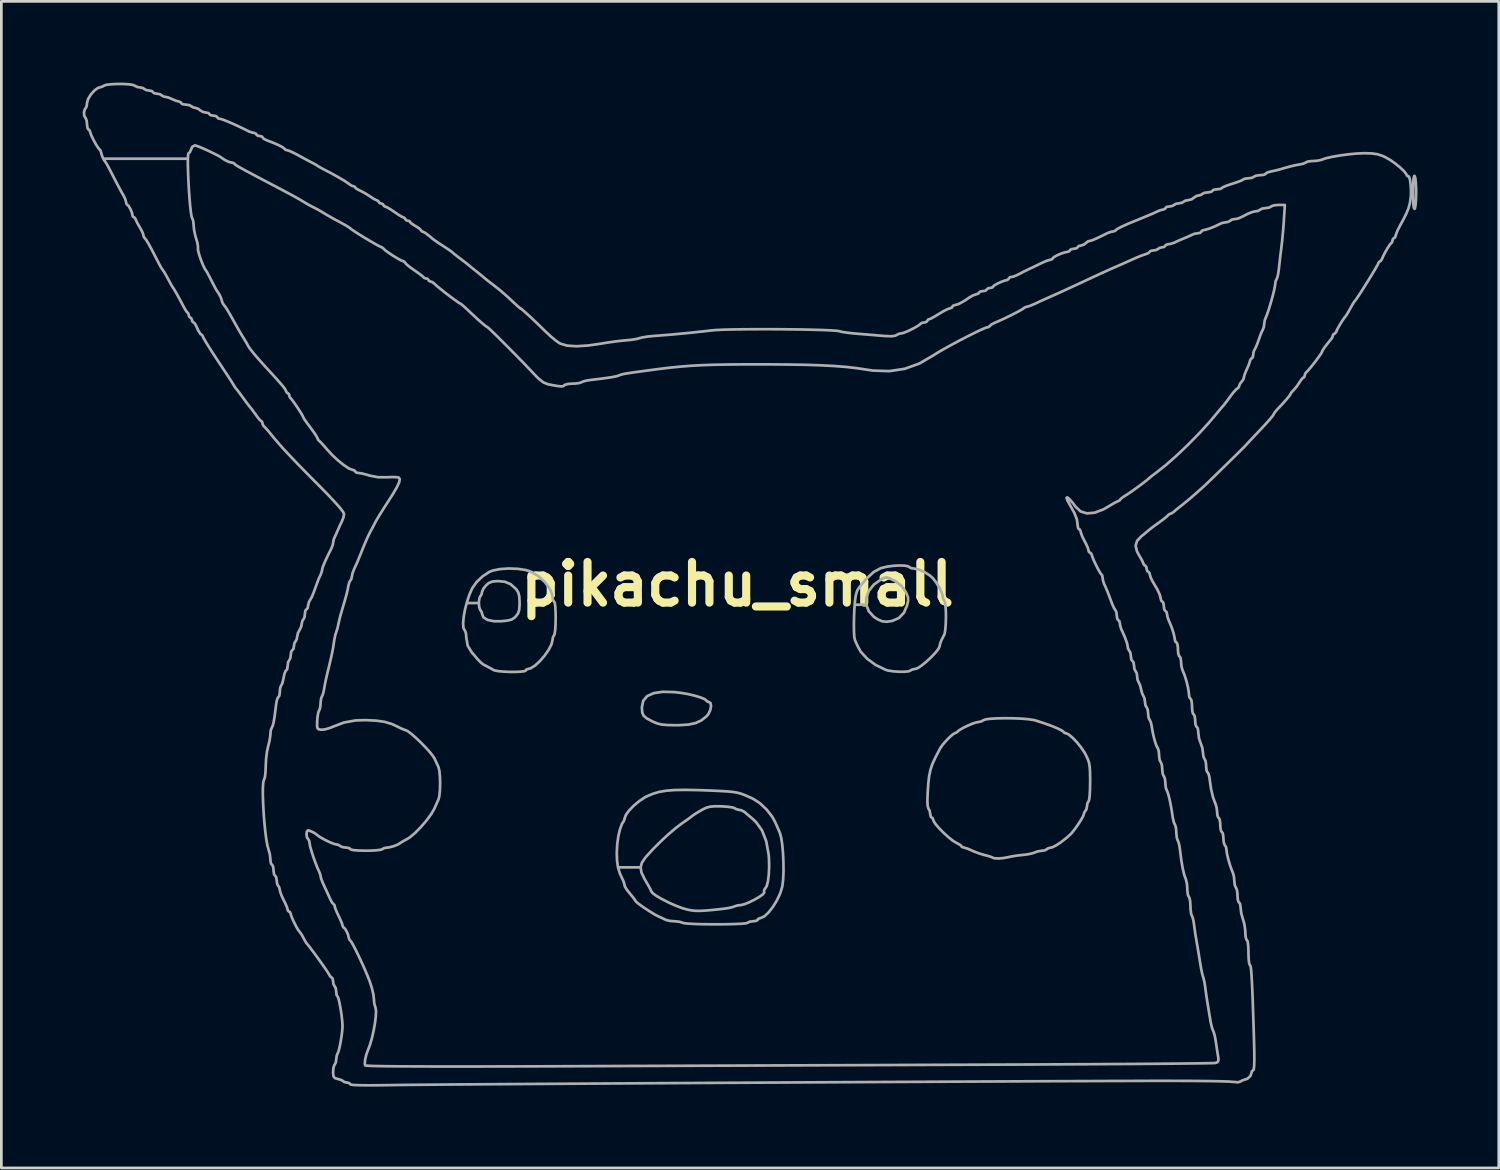
<source format=kicad_pcb>
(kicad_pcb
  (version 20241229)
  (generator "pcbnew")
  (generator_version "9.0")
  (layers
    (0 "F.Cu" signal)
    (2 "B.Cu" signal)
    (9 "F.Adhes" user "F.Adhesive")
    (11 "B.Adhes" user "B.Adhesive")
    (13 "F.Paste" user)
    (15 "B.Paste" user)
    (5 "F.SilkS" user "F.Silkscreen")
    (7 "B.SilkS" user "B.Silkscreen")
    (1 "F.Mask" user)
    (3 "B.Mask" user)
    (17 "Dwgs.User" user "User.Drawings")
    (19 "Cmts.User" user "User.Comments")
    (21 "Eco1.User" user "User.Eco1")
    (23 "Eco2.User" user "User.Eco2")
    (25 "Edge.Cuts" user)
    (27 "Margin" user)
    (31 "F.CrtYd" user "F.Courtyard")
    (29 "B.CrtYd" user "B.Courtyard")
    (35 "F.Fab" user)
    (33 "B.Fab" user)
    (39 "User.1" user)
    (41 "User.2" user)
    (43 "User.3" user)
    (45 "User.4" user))
  (footprint "pikachu_small"
    (layer "F.Cu")
    (at 24.174 18.517)
    (property "Reference" "pikachu_small" (at 0 0 0) (layer "F.SilkS") (effects (font (size 1.5 1.5) (thickness 0.3))))
    (attr board_only exclude_from_pos_files exclude_from_bom)
    (fp_poly (pts (xy 25.02 -15.002) (xy 25.039 -14.842) (xy 25.051 -14.618) (xy 25.053 -14.465) (xy 25.047 -14.214) (xy 25.032 -14.013) (xy 25.01 -13.886) (xy 24.995 -13.857) (xy 24.967 -13.894) (xy 24.948 -14.041) (xy 24.939 -14.292) (xy 24.937 -14.465) (xy 24.942 -14.768) (xy 24.956 -14.971) (xy 24.979 -15.067) (xy 24.995 -15.072)) (stroke (width 0.1) (type solid)) (fill no) (layer "F.Fab"))
    (fp_poly (pts (xy -2.325 3.982) (xy -2.054 4.015) (xy -1.812 4.058) (xy -1.574 4.115) (xy -1.369 4.177) (xy -1.221 4.236) (xy -1.158 4.283) (xy -1.157 4.287) (xy -1.11 4.334) (xy -1.07 4.339) (xy -0.997 4.384) (xy -0.976 4.497) (xy -1.004 4.644) (xy -1.075 4.793) (xy -1.143 4.875) (xy -1.331 5.025) (xy -1.544 5.124) (xy -1.807 5.181) (xy -2.148 5.203) (xy -2.298 5.204) (xy -2.583 5.198) (xy -2.789 5.18) (xy -2.951 5.143) (xy -3.105 5.081) (xy -3.15 5.059) (xy -3.348 4.953) (xy -3.462 4.857) (xy -3.514 4.74) (xy -3.528 4.57) (xy -3.528 4.538) (xy -3.48 4.304) (xy -3.335 4.131) (xy -3.093 4.02) (xy -2.756 3.97)) (stroke (width 0.1) (type solid)) (fill no) (layer "F.Fab"))
    (fp_poly (pts (xy 6.169 -0.687) (xy 6.301 -0.661) (xy 6.336 -0.636) (xy 6.415 -0.592) (xy 6.515 -0.579) (xy 6.7 -0.541) (xy 6.917 -0.442) (xy 7.119 -0.308) (xy 7.212 -0.223) (xy 7.344 -0.053) (xy 7.463 0.144) (xy 7.548 0.33) (xy 7.579 0.461) (xy 7.606 0.571) (xy 7.637 0.608) (xy 7.663 0.678) (xy 7.682 0.836) (xy 7.694 1.057) (xy 7.695 1.19) (xy 7.689 1.443) (xy 7.673 1.661) (xy 7.65 1.813) (xy 7.637 1.852) (xy 7.56 2.005) (xy 7.522 2.082) (xy 7.474 2.216) (xy 7.464 2.286) (xy 7.421 2.382) (xy 7.309 2.525) (xy 7.153 2.69) (xy 6.976 2.855) (xy 6.802 2.997) (xy 6.656 3.095) (xy 6.571 3.124) (xy 6.449 3.146) (xy 6.393 3.182) (xy 6.317 3.215) (xy 6.16 3.23) (xy 5.959 3.23) (xy 5.748 3.215) (xy 5.561 3.186) (xy 5.468 3.159) (xy 5.099 2.978) (xy 4.785 2.749) (xy 4.551 2.491) (xy 4.463 2.339) (xy 4.386 2.174) (xy 4.336 2.065) (xy 4.313 1.954) (xy 4.301 1.755) (xy 4.297 1.498) (xy 4.302 1.211) (xy 4.314 0.923) (xy 4.327 0.756) (xy 4.754 0.756) (xy 4.848 0.998) (xy 5.038 1.206) (xy 5.191 1.304) (xy 5.347 1.369) (xy 5.499 1.385) (xy 5.704 1.356) (xy 5.713 1.354) (xy 5.957 1.249) (xy 6.145 1.051) (xy 6.259 0.788) (xy 6.299 0.611) (xy 6.294 0.482) (xy 6.238 0.34) (xy 6.199 0.263) (xy 6.047 0.051) (xy 5.83 -0.109) (xy 5.781 -0.136) (xy 5.614 -0.219) (xy 5.507 -0.251) (xy 5.418 -0.237) (xy 5.312 -0.185) (xy 5.036 0.011) (xy 4.849 0.245) (xy 4.755 0.5) (xy 4.754 0.756) (xy 4.327 0.756) (xy 4.334 0.662) (xy 4.36 0.456) (xy 4.37 0.408) (xy 4.396 0.301) (xy 4.431 0.213) (xy 4.49 0.119) (xy 4.591 -0.005) (xy 4.749 -0.185) (xy 4.79 -0.231) (xy 5.026 -0.451) (xy 5.273 -0.585) (xy 5.322 -0.602) (xy 5.518 -0.649) (xy 5.745 -0.68) (xy 5.973 -0.693)) (stroke (width 0.1) (type solid)) (fill no) (layer "F.Fab"))
    (fp_poly (pts (xy -8.118 -0.569) (xy -7.826 -0.527) (xy -7.622 -0.463) (xy -7.347 -0.296) (xy -7.112 -0.083) (xy -6.936 0.153) (xy -6.839 0.387) (xy -6.827 0.491) (xy -6.808 0.6) (xy -6.769 0.636) (xy -6.743 0.692) (xy -6.724 0.847) (xy -6.713 1.085) (xy -6.712 1.241) (xy -6.717 1.501) (xy -6.731 1.711) (xy -6.753 1.845) (xy -6.769 1.88) (xy -6.814 1.96) (xy -6.827 2.056) (xy -6.867 2.222) (xy -6.973 2.425) (xy -7.123 2.639) (xy -7.298 2.841) (xy -7.476 3.004) (xy -7.637 3.105) (xy -7.72 3.124) (xy -7.8 3.154) (xy -7.811 3.182) (xy -7.864 3.21) (xy -8.003 3.227) (xy -8.199 3.236) (xy -8.422 3.235) (xy -8.645 3.225) (xy -8.837 3.207) (xy -8.97 3.181) (xy -8.997 3.17) (xy -9.131 3.095) (xy -9.2 3.057) (xy -9.33 2.989) (xy -9.372 2.968) (xy -9.464 2.899) (xy -9.581 2.781) (xy -9.599 2.76) (xy -9.709 2.63) (xy -9.795 2.532) (xy -9.803 2.523) (xy -9.959 2.27) (xy -10.01 1.971) (xy -10.023 1.817) (xy -10.056 1.718) (xy -10.067 1.707) (xy -10.116 1.614) (xy -10.128 1.437) (xy -10.107 1.2) (xy -10.057 0.926) (xy -9.996 0.694) (xy -9.547 0.694) (xy -9.533 0.847) (xy -9.499 0.945) (xy -9.489 0.955) (xy -9.438 1.037) (xy -9.431 1.089) (xy -9.378 1.222) (xy -9.228 1.316) (xy -8.995 1.365) (xy -8.717 1.365) (xy -8.49 1.342) (xy -8.341 1.304) (xy -8.236 1.239) (xy -8.182 1.186) (xy -8.101 1.078) (xy -8.059 0.953) (xy -8.045 0.768) (xy -8.044 0.677) (xy -8.054 0.455) (xy -8.089 0.308) (xy -8.159 0.196) (xy -8.178 0.174) (xy -8.376 -0.003) (xy -8.588 -0.092) (xy -8.844 -0.116) (xy -9.043 -0.101) (xy -9.182 -0.045) (xy -9.278 0.037) (xy -9.38 0.165) (xy -9.43 0.28) (xy -9.431 0.294) (xy -9.459 0.401) (xy -9.489 0.434) (xy -9.526 0.51) (xy -9.546 0.653) (xy -9.547 0.694) (xy -9.996 0.694) (xy -9.982 0.638) (xy -9.887 0.362) (xy -9.79 0.145) (xy -9.628 -0.084) (xy -9.404 -0.296) (xy -9.16 -0.455) (xy -9.034 -0.506) (xy -8.764 -0.56) (xy -8.445 -0.581)) (stroke (width 0.1) (type solid)) (fill no) (layer "F.Fab"))
    (fp_poly (pts (xy 10.179 4.949) (xy 10.472 4.961) (xy 10.731 4.982) (xy 10.931 5.011) (xy 10.993 5.026) (xy 11.286 5.12) (xy 11.557 5.216) (xy 11.785 5.308) (xy 11.95 5.386) (xy 12.03 5.442) (xy 12.035 5.453) (xy 12.081 5.492) (xy 12.116 5.497) (xy 12.221 5.542) (xy 12.365 5.661) (xy 12.528 5.83) (xy 12.686 6.027) (xy 12.819 6.226) (xy 12.861 6.304) (xy 12.93 6.451) (xy 12.975 6.583) (xy 13.001 6.732) (xy 13.014 6.928) (xy 13.018 7.2) (xy 13.018 7.298) (xy 13.013 7.583) (xy 13 7.811) (xy 12.981 7.962) (xy 12.96 8.013) (xy 12.915 8.093) (xy 12.903 8.187) (xy 12.881 8.308) (xy 12.845 8.361) (xy 12.793 8.444) (xy 12.787 8.486) (xy 12.755 8.572) (xy 12.672 8.717) (xy 12.559 8.89) (xy 12.437 9.06) (xy 12.327 9.196) (xy 12.296 9.228) (xy 12.126 9.38) (xy 11.938 9.524) (xy 11.761 9.641) (xy 11.625 9.71) (xy 11.58 9.72) (xy 11.467 9.746) (xy 11.427 9.778) (xy 11.348 9.822) (xy 11.246 9.836) (xy 11.08 9.862) (xy 10.981 9.9) (xy 10.857 9.941) (xy 10.668 9.977) (xy 10.537 9.992) (xy 10.311 10.017) (xy 10.098 10.052) (xy 10.01 10.072) (xy 9.814 10.109) (xy 9.622 10.124) (xy 9.474 10.114) (xy 9.416 10.091) (xy 9.343 10.058) (xy 9.2 10.017) (xy 9.14 10.003) (xy 8.924 9.939) (xy 8.7 9.852) (xy 8.662 9.834) (xy 8.502 9.765) (xy 8.378 9.724) (xy 8.35 9.72) (xy 8.28 9.694) (xy 8.274 9.677) (xy 8.226 9.627) (xy 8.11 9.561) (xy 8.086 9.55) (xy 7.952 9.469) (xy 7.785 9.336) (xy 7.607 9.174) (xy 7.441 9.005) (xy 7.311 8.853) (xy 7.239 8.741) (xy 7.232 8.712) (xy 7.202 8.632) (xy 7.174 8.621) (xy 7.13 8.572) (xy 7.117 8.488) (xy 7.091 8.355) (xy 7.053 8.291) (xy 7.02 8.191) (xy 7.01 7.983) (xy 7.02 7.715) (xy 7.044 7.358) (xy 7.075 7.083) (xy 7.122 6.854) (xy 7.195 6.638) (xy 7.303 6.401) (xy 7.456 6.108) (xy 7.488 6.047) (xy 7.57 5.93) (xy 7.692 5.788) (xy 7.827 5.65) (xy 7.948 5.543) (xy 8.027 5.497) (xy 8.031 5.497) (xy 8.105 5.462) (xy 8.11 5.453) (xy 8.178 5.392) (xy 8.319 5.309) (xy 8.497 5.221) (xy 8.676 5.145) (xy 8.82 5.099) (xy 8.869 5.092) (xy 9.007 5.062) (xy 9.075 5.02) (xy 9.165 4.988) (xy 9.345 4.965) (xy 9.591 4.951) (xy 9.877 4.946)) (stroke (width 0.1) (type solid)) (fill no) (layer "F.Fab"))
    (fp_poly (pts (xy -1.475 7.599) (xy -1.125 7.611) (xy -0.793 7.625) (xy -0.505 7.64) (xy -0.29 7.655) (xy -0.203 7.664) (xy -0.031 7.69) (xy 0.115 7.726) (xy 0.276 7.786) (xy 0.489 7.88) (xy 0.575 7.92) (xy 0.827 8.082) (xy 1.076 8.317) (xy 1.284 8.585) (xy 1.386 8.771) (xy 1.468 8.956) (xy 1.537 9.113) (xy 1.562 9.171) (xy 1.612 9.347) (xy 1.652 9.608) (xy 1.68 9.925) (xy 1.696 10.268) (xy 1.699 10.607) (xy 1.685 10.912) (xy 1.655 11.153) (xy 1.652 11.167) (xy 1.576 11.414) (xy 1.455 11.671) (xy 1.306 11.913) (xy 1.146 12.118) (xy 0.989 12.262) (xy 0.854 12.323) (xy 0.841 12.324) (xy 0.763 12.354) (xy 0.752 12.382) (xy 0.702 12.423) (xy 0.582 12.44) (xy 0.448 12.457) (xy 0.376 12.497) (xy 0.309 12.517) (xy 0.147 12.532) (xy -0.088 12.543) (xy -0.374 12.551) (xy -0.691 12.554) (xy -1.016 12.553) (xy -1.329 12.549) (xy -1.608 12.54) (xy -1.832 12.527) (xy -1.98 12.511) (xy -2.025 12.497) (xy -2.139 12.46) (xy -2.304 12.441) (xy -2.33 12.441) (xy -2.502 12.427) (xy -2.636 12.394) (xy -2.648 12.389) (xy -2.773 12.328) (xy -2.922 12.26) (xy -3.052 12.192) (xy -3.222 12.089) (xy -3.405 11.97) (xy -3.574 11.853) (xy -3.701 11.757) (xy -3.761 11.698) (xy -3.762 11.694) (xy -3.798 11.634) (xy -3.888 11.518) (xy -3.964 11.428) (xy -4.079 11.284) (xy -4.152 11.167) (xy -4.166 11.123) (xy -4.191 11.011) (xy -4.217 10.949) (xy -4.339 10.683) (xy -4.411 10.451) (xy -3.576 10.451) (xy -3.545 10.641) (xy -3.434 10.876) (xy -3.385 10.96) (xy -3.283 11.135) (xy -3.21 11.268) (xy -3.182 11.333) (xy -3.131 11.404) (xy -2.995 11.503) (xy -2.797 11.619) (xy -2.562 11.739) (xy -2.311 11.852) (xy -2.069 11.946) (xy -1.858 12.009) (xy -1.854 12.01) (xy -1.707 12.039) (xy -1.56 12.055) (xy -1.389 12.058) (xy -1.171 12.046) (xy -0.882 12.02) (xy -0.55 11.984) (xy -0.351 11.956) (xy -0.193 11.922) (xy -0.126 11.897) (xy -0.016 11.86) (xy 0.138 11.84) (xy 0.262 11.81) (xy 0.433 11.741) (xy 0.621 11.648) (xy 0.796 11.547) (xy 0.927 11.456) (xy 0.983 11.39) (xy 0.984 11.386) (xy 0.979 11.303) (xy 1.013 11.241) (xy 1.025 11.231) (xy 1.082 11.135) (xy 1.127 10.95) (xy 1.157 10.701) (xy 1.169 10.415) (xy 1.162 10.118) (xy 1.15 9.977) (xy 1.061 9.485) (xy 0.904 9.084) (xy 0.678 8.77) (xy 0.557 8.658) (xy 0.41 8.536) (xy 0.292 8.435) (xy 0.258 8.404) (xy 0.136 8.341) (xy 0.074 8.332) (xy -0.051 8.301) (xy -0.096 8.27) (xy -0.18 8.24) (xy -0.347 8.215) (xy -0.564 8.2) (xy -0.614 8.198) (xy -0.858 8.197) (xy -1.03 8.214) (xy -1.173 8.258) (xy -1.329 8.338) (xy -1.36 8.356) (xy -1.521 8.453) (xy -1.638 8.528) (xy -1.678 8.559) (xy -1.737 8.607) (xy -1.865 8.699) (xy -2.036 8.817) (xy -2.045 8.823) (xy -2.281 9.002) (xy -2.561 9.241) (xy -2.855 9.514) (xy -3.133 9.794) (xy -3.367 10.051) (xy -3.401 10.091) (xy -3.528 10.277) (xy -3.576 10.451) (xy -4.411 10.451) (xy -4.412 10.449) (xy -4.447 10.197) (xy -4.455 9.904) (xy -4.44 9.601) (xy -4.398 9.303) (xy -4.336 9.04) (xy -4.261 8.841) (xy -4.204 8.756) (xy -4.168 8.668) (xy -4.166 8.641) (xy -4.12 8.515) (xy -4 8.351) (xy -3.827 8.173) (xy -3.626 8.004) (xy -3.419 7.867) (xy -3.352 7.832) (xy -3.129 7.737) (xy -2.898 7.668) (xy -2.635 7.622) (xy -2.321 7.597) (xy -1.933 7.591)) (stroke (width 0.1) (type solid)) (fill no) (layer "F.Fab"))
    (fp_poly (pts (xy -22.478 -18.456) (xy -22.323 -18.434) (xy -22.262 -18.408) (xy -22.152 -18.354) (xy -22.065 -18.341) (xy -21.947 -18.318) (xy -21.9 -18.283) (xy -21.82 -18.239) (xy -21.723 -18.226) (xy -21.615 -18.205) (xy -21.581 -18.168) (xy -21.532 -18.124) (xy -21.44 -18.11) (xy -21.318 -18.088) (xy -21.263 -18.052) (xy -21.18 -18.001) (xy -21.13 -17.994) (xy -21.01 -17.968) (xy -20.866 -17.907) (xy -20.725 -17.846) (xy -20.62 -17.821) (xy -20.547 -17.787) (xy -20.54 -17.763) (xy -20.49 -17.722) (xy -20.37 -17.705) (xy -20.236 -17.687) (xy -20.164 -17.647) (xy -20.082 -17.597) (xy -20.023 -17.589) (xy -19.898 -17.547) (xy -19.846 -17.502) (xy -19.733 -17.433) (xy -19.636 -17.415) (xy -19.531 -17.395) (xy -19.498 -17.358) (xy -19.449 -17.314) (xy -19.354 -17.3) (xy -19.245 -17.28) (xy -19.209 -17.242) (xy -19.162 -17.192) (xy -19.112 -17.184) (xy -19.021 -17.16) (xy -18.853 -17.095) (xy -18.634 -17.002) (xy -18.39 -16.89) (xy -18.149 -16.773) (xy -18.038 -16.716) (xy -17.908 -16.671) (xy -17.85 -16.663) (xy -17.773 -16.632) (xy -17.763 -16.605) (xy -17.714 -16.558) (xy -17.647 -16.548) (xy -17.553 -16.526) (xy -17.531 -16.495) (xy -17.483 -16.441) (xy -17.372 -16.387) (xy -17.144 -16.299) (xy -16.943 -16.211) (xy -16.794 -16.133) (xy -16.724 -16.079) (xy -16.721 -16.071) (xy -16.675 -16.031) (xy -16.64 -16.027) (xy -16.55 -16) (xy -16.395 -15.93) (xy -16.22 -15.839) (xy -16.015 -15.726) (xy -15.823 -15.623) (xy -15.709 -15.564) (xy -15.582 -15.497) (xy -15.508 -15.45) (xy -15.506 -15.448) (xy -15.44 -15.406) (xy -15.312 -15.336) (xy -15.275 -15.316) (xy -14.996 -15.171) (xy -14.737 -15.027) (xy -14.524 -14.901) (xy -14.379 -14.806) (xy -14.344 -14.779) (xy -14.24 -14.711) (xy -14.185 -14.696) (xy -14.121 -14.667) (xy -14.118 -14.652) (xy -14.07 -14.603) (xy -13.953 -14.539) (xy -13.929 -14.528) (xy -13.75 -14.436) (xy -13.569 -14.321) (xy -13.557 -14.312) (xy -13.425 -14.224) (xy -13.326 -14.178) (xy -13.311 -14.175) (xy -13.252 -14.134) (xy -13.25 -14.118) (xy -13.203 -14.066) (xy -13.163 -14.06) (xy -13.086 -14.028) (xy -13.076 -14.002) (xy -13.031 -13.947) (xy -13.011 -13.944) (xy -12.932 -13.912) (xy -12.793 -13.83) (xy -12.663 -13.741) (xy -12.504 -13.633) (xy -12.378 -13.56) (xy -12.324 -13.539) (xy -12.268 -13.495) (xy -12.266 -13.481) (xy -12.219 -13.43) (xy -12.179 -13.423) (xy -12.102 -13.399) (xy -12.092 -13.379) (xy -12.046 -13.325) (xy -11.932 -13.248) (xy -11.89 -13.225) (xy -11.762 -13.145) (xy -11.692 -13.079) (xy -11.687 -13.067) (xy -11.643 -13.02) (xy -11.63 -13.018) (xy -11.531 -12.974) (xy -11.359 -12.841) (xy -11.262 -12.757) (xy -11.18 -12.696) (xy -11.034 -12.597) (xy -10.887 -12.501) (xy -10.713 -12.388) (xy -10.575 -12.291) (xy -10.511 -12.24) (xy -10.426 -12.168) (xy -10.288 -12.061) (xy -10.212 -12.004) (xy -10.063 -11.891) (xy -9.949 -11.802) (xy -9.916 -11.774) (xy -9.834 -11.705) (xy -9.701 -11.598) (xy -9.631 -11.543) (xy -9.488 -11.428) (xy -9.378 -11.337) (xy -9.348 -11.311) (xy -9.267 -11.244) (xy -9.132 -11.139) (xy -9.055 -11.081) (xy -8.759 -10.849) (xy -8.47 -10.596) (xy -8.262 -10.4) (xy -8.133 -10.28) (xy -8.041 -10.201) (xy -8.013 -10.183) (xy -7.957 -10.145) (xy -7.834 -10.039) (xy -7.66 -9.881) (xy -7.451 -9.684) (xy -7.223 -9.463) (xy -7.096 -9.339) (xy -6.907 -9.162) (xy -6.722 -9.007) (xy -6.575 -8.902) (xy -6.548 -8.886) (xy -6.296 -8.809) (xy -5.946 -8.785) (xy -5.501 -8.814) (xy -5.063 -8.878) (xy -4.764 -8.926) (xy -4.459 -8.968) (xy -4.196 -8.998) (xy -4.108 -9.005) (xy -3.893 -9.026) (xy -3.712 -9.057) (xy -3.616 -9.084) (xy -3.503 -9.114) (xy -3.314 -9.143) (xy -3.087 -9.166) (xy -3.067 -9.167) (xy -2.467 -9.214) (xy -1.811 -9.276) (xy -1.159 -9.346) (xy -0.955 -9.371) (xy -0.775 -9.385) (xy -0.51 -9.397) (xy -0.175 -9.405) (xy 0.216 -9.411) (xy 0.646 -9.414) (xy 1.1 -9.415) (xy 1.564 -9.413) (xy 2.021 -9.408) (xy 2.456 -9.402) (xy 2.854 -9.393) (xy 3.2 -9.382) (xy 3.478 -9.369) (xy 3.672 -9.355) (xy 3.769 -9.339) (xy 3.773 -9.337) (xy 3.856 -9.315) (xy 4.028 -9.289) (xy 4.26 -9.262) (xy 4.452 -9.245) (xy 4.756 -9.22) (xy 5.063 -9.195) (xy 5.327 -9.172) (xy 5.431 -9.164) (xy 5.668 -9.154) (xy 5.821 -9.173) (xy 5.862 -9.194) (xy 5.97 -9.249) (xy 6.036 -9.257) (xy 6.139 -9.283) (xy 6.297 -9.347) (xy 6.474 -9.433) (xy 6.633 -9.521) (xy 6.739 -9.594) (xy 6.76 -9.619) (xy 6.826 -9.655) (xy 6.89 -9.662) (xy 6.981 -9.688) (xy 7.001 -9.72) (xy 7.045 -9.776) (xy 7.062 -9.778) (xy 7.139 -9.807) (xy 7.28 -9.884) (xy 7.439 -9.981) (xy 7.616 -10.086) (xy 7.763 -10.159) (xy 7.841 -10.183) (xy 7.917 -10.215) (xy 7.927 -10.241) (xy 7.973 -10.293) (xy 8.007 -10.299) (xy 8.153 -10.339) (xy 8.364 -10.453) (xy 8.544 -10.574) (xy 8.686 -10.659) (xy 8.802 -10.702) (xy 8.818 -10.704) (xy 8.898 -10.733) (xy 8.91 -10.762) (xy 8.96 -10.805) (xy 9.055 -10.82) (xy 9.164 -10.839) (xy 9.2 -10.877) (xy 9.248 -10.924) (xy 9.315 -10.935) (xy 9.409 -10.955) (xy 9.431 -10.982) (xy 9.479 -11.031) (xy 9.596 -11.098) (xy 9.742 -11.165) (xy 9.876 -11.213) (xy 9.942 -11.225) (xy 10.006 -11.263) (xy 10.01 -11.282) (xy 10.056 -11.334) (xy 10.097 -11.34) (xy 10.18 -11.354) (xy 10.3 -11.402) (xy 10.485 -11.496) (xy 10.53 -11.521) (xy 10.639 -11.576) (xy 10.794 -11.65) (xy 10.82 -11.662) (xy 11.012 -11.753) (xy 11.217 -11.853) (xy 11.245 -11.866) (xy 11.402 -11.935) (xy 11.524 -11.974) (xy 11.548 -11.977) (xy 11.622 -12.004) (xy 11.63 -12.023) (xy 11.678 -12.075) (xy 11.798 -12.142) (xy 11.95 -12.208) (xy 12.094 -12.254) (xy 12.17 -12.266) (xy 12.253 -12.295) (xy 12.266 -12.324) (xy 12.316 -12.367) (xy 12.411 -12.382) (xy 12.519 -12.402) (xy 12.555 -12.44) (xy 12.603 -12.488) (xy 12.664 -12.497) (xy 12.792 -12.54) (xy 12.845 -12.584) (xy 12.94 -12.658) (xy 12.991 -12.671) (xy 13.072 -12.69) (xy 13.219 -12.75) (xy 13.446 -12.857) (xy 13.668 -12.968) (xy 13.796 -13.011) (xy 13.852 -13.018) (xy 13.939 -13.044) (xy 13.954 -13.062) (xy 14.02 -13.115) (xy 14.175 -13.197) (xy 14.395 -13.297) (xy 14.523 -13.35) (xy 14.696 -13.42) (xy 14.812 -13.467) (xy 14.96 -13.529) (xy 15.145 -13.605) (xy 15.188 -13.623) (xy 15.358 -13.696) (xy 15.494 -13.76) (xy 15.52 -13.773) (xy 15.649 -13.82) (xy 15.708 -13.828) (xy 15.785 -13.859) (xy 15.795 -13.886) (xy 15.845 -13.93) (xy 15.937 -13.944) (xy 16.059 -13.965) (xy 16.114 -14.002) (xy 16.194 -14.047) (xy 16.287 -14.06) (xy 16.408 -14.082) (xy 16.461 -14.118) (xy 16.541 -14.163) (xy 16.631 -14.175) (xy 16.768 -14.211) (xy 16.837 -14.262) (xy 16.949 -14.336) (xy 17.014 -14.349) (xy 17.122 -14.377) (xy 17.155 -14.407) (xy 17.233 -14.449) (xy 17.361 -14.465) (xy 17.481 -14.482) (xy 17.531 -14.523) (xy 17.581 -14.563) (xy 17.703 -14.58) (xy 17.705 -14.58) (xy 17.827 -14.593) (xy 17.878 -14.623) (xy 17.878 -14.624) (xy 17.929 -14.661) (xy 18.063 -14.717) (xy 18.252 -14.78) (xy 18.26 -14.782) (xy 18.454 -14.846) (xy 18.601 -14.903) (xy 18.668 -14.941) (xy 18.668 -14.941) (xy 18.74 -14.973) (xy 18.862 -14.985) (xy 18.994 -15.004) (xy 19.064 -15.043) (xy 19.141 -15.082) (xy 19.282 -15.101) (xy 19.299 -15.101) (xy 19.432 -15.114) (xy 19.497 -15.147) (xy 19.498 -15.153) (xy 19.549 -15.196) (xy 19.672 -15.232) (xy 19.686 -15.235) (xy 19.85 -15.27) (xy 20.064 -15.326) (xy 20.193 -15.365) (xy 20.415 -15.426) (xy 20.631 -15.475) (xy 20.728 -15.491) (xy 20.877 -15.521) (xy 20.97 -15.562) (xy 20.978 -15.57) (xy 21.051 -15.603) (xy 21.193 -15.621) (xy 21.238 -15.622) (xy 21.413 -15.634) (xy 21.551 -15.665) (xy 21.568 -15.673) (xy 21.718 -15.725) (xy 21.954 -15.778) (xy 22.243 -15.828) (xy 22.554 -15.87) (xy 22.858 -15.899) (xy 23.122 -15.911) (xy 23.14 -15.911) (xy 23.415 -15.903) (xy 23.621 -15.875) (xy 23.803 -15.816) (xy 23.914 -15.766) (xy 24.094 -15.663) (xy 24.287 -15.527) (xy 24.468 -15.379) (xy 24.613 -15.239) (xy 24.695 -15.13) (xy 24.706 -15.096) (xy 24.74 -15.061) (xy 24.756 -15.068) (xy 24.794 -15.039) (xy 24.826 -14.923) (xy 24.85 -14.75) (xy 24.862 -14.548) (xy 24.859 -14.346) (xy 24.849 -14.242) (xy 24.817 -14.05) (xy 24.768 -13.874) (xy 24.691 -13.684) (xy 24.572 -13.449) (xy 24.455 -13.233) (xy 24.368 -13.063) (xy 24.312 -12.925) (xy 24.301 -12.872) (xy 24.269 -12.796) (xy 24.243 -12.787) (xy 24.191 -12.74) (xy 24.185 -12.705) (xy 24.159 -12.618) (xy 24.142 -12.604) (xy 24.087 -12.543) (xy 24.003 -12.416) (xy 23.912 -12.259) (xy 23.834 -12.108) (xy 23.798 -12.02) (xy 23.748 -11.935) (xy 23.715 -11.919) (xy 23.665 -11.875) (xy 23.664 -11.863) (xy 23.635 -11.799) (xy 23.557 -11.661) (xy 23.443 -11.47) (xy 23.308 -11.249) (xy 23.166 -11.02) (xy 23.03 -10.806) (xy 22.914 -10.628) (xy 22.831 -10.509) (xy 22.802 -10.472) (xy 22.75 -10.404) (xy 22.695 -10.313) (xy 22.606 -10.153) (xy 22.55 -10.053) (xy 22.485 -9.944) (xy 22.449 -9.894) (xy 22.383 -9.81) (xy 22.293 -9.673) (xy 22.202 -9.52) (xy 22.13 -9.389) (xy 22.102 -9.317) (xy 22.059 -9.259) (xy 22.044 -9.257) (xy 21.988 -9.213) (xy 21.986 -9.197) (xy 21.953 -9.101) (xy 21.929 -9.067) (xy 21.754 -8.849) (xy 21.644 -8.704) (xy 21.591 -8.618) (xy 21.581 -8.587) (xy 21.548 -8.522) (xy 21.461 -8.396) (xy 21.343 -8.237) (xy 21.215 -8.073) (xy 21.098 -7.931) (xy 21.014 -7.839) (xy 20.99 -7.821) (xy 20.949 -7.754) (xy 20.945 -7.719) (xy 20.919 -7.645) (xy 20.899 -7.637) (xy 20.844 -7.592) (xy 20.763 -7.48) (xy 20.744 -7.449) (xy 20.641 -7.296) (xy 20.538 -7.175) (xy 20.53 -7.168) (xy 20.448 -7.082) (xy 20.424 -7.036) (xy 20.387 -6.972) (xy 20.286 -6.847) (xy 20.141 -6.682) (xy 19.969 -6.498) (xy 19.918 -6.445) (xy 19.827 -6.339) (xy 19.788 -6.265) (xy 19.788 -6.264) (xy 19.75 -6.206) (xy 19.647 -6.082) (xy 19.493 -5.91) (xy 19.303 -5.706) (xy 19.267 -5.668) (xy 19.074 -5.464) (xy 18.913 -5.293) (xy 18.799 -5.171) (xy 18.748 -5.114) (xy 18.747 -5.112) (xy 18.708 -5.071) (xy 18.601 -4.965) (xy 18.444 -4.809) (xy 18.251 -4.619) (xy 18.037 -4.41) (xy 17.82 -4.198) (xy 17.615 -3.997) (xy 17.436 -3.824) (xy 17.301 -3.694) (xy 17.225 -3.622) (xy 17.219 -3.616) (xy 17.142 -3.548) (xy 17.011 -3.431) (xy 16.893 -3.327) (xy 16.703 -3.162) (xy 16.504 -2.998) (xy 16.409 -2.922) (xy 16.26 -2.804) (xy 16.142 -2.706) (xy 16.11 -2.676) (xy 16.016 -2.613) (xy 15.978 -2.604) (xy 15.906 -2.563) (xy 15.902 -2.555) (xy 15.848 -2.499) (xy 15.725 -2.399) (xy 15.564 -2.281) (xy 15.392 -2.157) (xy 15.254 -2.054) (xy 15.184 -1.997) (xy 15.103 -1.927) (xy 14.971 -1.819) (xy 14.909 -1.769) (xy 14.752 -1.603) (xy 14.698 -1.425) (xy 14.745 -1.218) (xy 14.841 -1.041) (xy 14.927 -0.893) (xy 14.979 -0.781) (xy 14.985 -0.753) (xy 15.029 -0.696) (xy 15.043 -0.694) (xy 15.09 -0.646) (xy 15.101 -0.579) (xy 15.125 -0.485) (xy 15.159 -0.463) (xy 15.21 -0.415) (xy 15.221 -0.362) (xy 15.254 -0.245) (xy 15.327 -0.098) (xy 15.334 -0.087) (xy 15.497 0.19) (xy 15.591 0.391) (xy 15.622 0.527) (xy 15.622 0.53) (xy 15.648 0.619) (xy 15.68 0.636) (xy 15.72 0.687) (xy 15.738 0.808) (xy 15.738 0.81) (xy 15.754 0.932) (xy 15.795 0.984) (xy 15.795 0.984) (xy 15.843 1.032) (xy 15.853 1.095) (xy 15.879 1.226) (xy 15.934 1.369) (xy 16.02 1.571) (xy 16.093 1.789) (xy 16.136 1.975) (xy 16.143 2.044) (xy 16.171 2.127) (xy 16.2 2.141) (xy 16.235 2.192) (xy 16.256 2.323) (xy 16.258 2.401) (xy 16.27 2.556) (xy 16.299 2.65) (xy 16.316 2.662) (xy 16.354 2.712) (xy 16.374 2.838) (xy 16.374 2.865) (xy 16.389 3.033) (xy 16.425 3.164) (xy 16.428 3.169) (xy 16.499 3.34) (xy 16.571 3.568) (xy 16.629 3.804) (xy 16.661 3.999) (xy 16.663 4.047) (xy 16.68 4.17) (xy 16.72 4.224) (xy 16.721 4.224) (xy 16.754 4.276) (xy 16.775 4.409) (xy 16.779 4.513) (xy 16.789 4.678) (xy 16.816 4.783) (xy 16.837 4.802) (xy 16.873 4.854) (xy 16.893 4.982) (xy 16.895 5.034) (xy 16.908 5.179) (xy 16.94 5.259) (xy 16.953 5.265) (xy 16.99 5.316) (xy 17.01 5.443) (xy 17.011 5.482) (xy 17.035 5.678) (xy 17.094 5.857) (xy 17.098 5.865) (xy 17.161 6.047) (xy 17.184 6.223) (xy 17.2 6.365) (xy 17.238 6.449) (xy 17.242 6.451) (xy 17.279 6.527) (xy 17.299 6.671) (xy 17.3 6.715) (xy 17.312 6.859) (xy 17.341 6.938) (xy 17.352 6.943) (xy 17.388 6.995) (xy 17.421 7.127) (xy 17.433 7.218) (xy 17.482 7.554) (xy 17.549 7.847) (xy 17.626 8.061) (xy 17.637 8.082) (xy 17.684 8.228) (xy 17.705 8.407) (xy 17.705 8.415) (xy 17.719 8.55) (xy 17.754 8.619) (xy 17.763 8.621) (xy 17.797 8.673) (xy 17.818 8.804) (xy 17.821 8.881) (xy 17.832 9.037) (xy 17.861 9.13) (xy 17.878 9.142) (xy 17.915 9.193) (xy 17.935 9.321) (xy 17.936 9.37) (xy 17.95 9.524) (xy 17.983 9.623) (xy 17.994 9.633) (xy 18.038 9.713) (xy 18.052 9.817) (xy 18.071 9.962) (xy 18.121 10.168) (xy 18.188 10.393) (xy 18.261 10.591) (xy 18.292 10.66) (xy 18.326 10.786) (xy 18.341 10.954) (xy 18.341 10.96) (xy 18.357 11.104) (xy 18.394 11.192) (xy 18.399 11.196) (xy 18.434 11.271) (xy 18.455 11.417) (xy 18.457 11.488) (xy 18.469 11.642) (xy 18.498 11.734) (xy 18.515 11.745) (xy 18.553 11.796) (xy 18.572 11.922) (xy 18.573 11.95) (xy 18.597 12.147) (xy 18.654 12.35) (xy 18.659 12.362) (xy 18.713 12.552) (xy 18.744 12.778) (xy 18.746 12.852) (xy 18.757 13.014) (xy 18.784 13.116) (xy 18.804 13.134) (xy 18.833 13.188) (xy 18.853 13.336) (xy 18.862 13.555) (xy 18.862 13.597) (xy 18.868 13.812) (xy 18.885 13.974) (xy 18.909 14.055) (xy 18.917 14.06) (xy 18.933 14.079) (xy 18.948 14.142) (xy 18.962 14.258) (xy 18.976 14.435) (xy 18.99 14.681) (xy 19.005 15.006) (xy 19.021 15.416) (xy 19.038 15.922) (xy 19.058 16.53) (xy 19.068 16.851) (xy 19.078 17.28) (xy 19.079 17.598) (xy 19.071 17.81) (xy 19.054 17.918) (xy 19.039 17.936) (xy 18.985 17.983) (xy 18.978 18.027) (xy 18.932 18.153) (xy 18.825 18.254) (xy 18.733 18.283) (xy 18.623 18.321) (xy 18.589 18.348) (xy 18.477 18.385) (xy 18.274 18.369) (xy 18.165 18.36) (xy 17.954 18.352) (xy 17.652 18.345) (xy 17.274 18.339) (xy 16.83 18.335) (xy 16.336 18.333) (xy 15.802 18.332) (xy 15.333 18.332) (xy 14.585 18.335) (xy 13.765 18.337) (xy 12.879 18.341) (xy 11.934 18.344) (xy 10.936 18.348) (xy 9.891 18.353) (xy 8.806 18.358) (xy 7.688 18.363) (xy 6.541 18.369) (xy 5.374 18.374) (xy 4.192 18.38) (xy 3.001 18.386) (xy 1.809 18.393) (xy 0.621 18.399) (xy -0.556 18.405) (xy -1.715 18.412) (xy -2.851 18.418) (xy -3.957 18.425) (xy -5.027 18.431) (xy -6.054 18.437) (xy -7.031 18.443) (xy -7.953 18.449) (xy -8.813 18.455) (xy -9.604 18.46) (xy -10.321 18.465) (xy -10.957 18.47) (xy -11.505 18.475) (xy -11.959 18.479) (xy -12.312 18.482) (xy -12.559 18.486) (xy -12.628 18.487) (xy -13.183 18.495) (xy -13.624 18.498) (xy -13.952 18.494) (xy -14.17 18.485) (xy -14.278 18.469) (xy -14.291 18.459) (xy -14.339 18.41) (xy -14.403 18.399) (xy -14.512 18.376) (xy -14.547 18.349) (xy -14.621 18.303) (xy -14.753 18.263) (xy -14.866 18.229) (xy -14.916 18.16) (xy -14.928 18.02) (xy -14.928 17.999) (xy -14.914 17.844) (xy -14.881 17.745) (xy -14.87 17.734) (xy -14.827 17.655) (xy -14.812 17.539) (xy -14.795 17.402) (xy -14.763 17.326) (xy -14.727 17.238) (xy -14.684 17.069) (xy -14.643 16.853) (xy -14.607 16.625) (xy -14.585 16.418) (xy -14.58 16.31) (xy -14.589 16.14) (xy -14.613 15.927) (xy -14.646 15.7) (xy -14.685 15.488) (xy -14.722 15.321) (xy -14.755 15.227) (xy -14.767 15.217) (xy -14.799 15.167) (xy -14.812 15.047) (xy -14.83 14.913) (xy -14.87 14.841) (xy -14.914 14.761) (xy -14.928 14.664) (xy -14.945 14.557) (xy -14.976 14.523) (xy -15.035 14.476) (xy -15.084 14.392) (xy -15.137 14.306) (xy -15.24 14.153) (xy -15.377 13.959) (xy -15.529 13.747) (xy -15.678 13.545) (xy -15.805 13.377) (xy -15.893 13.269) (xy -15.911 13.25) (xy -15.955 13.182) (xy -16.021 13.058) (xy -16.027 13.047) (xy -16.098 12.919) (xy -16.153 12.844) (xy -16.155 12.842) (xy -16.215 12.765) (xy -16.299 12.62) (xy -16.385 12.448) (xy -16.456 12.29) (xy -16.489 12.184) (xy -16.49 12.176) (xy -16.522 12.101) (xy -16.548 12.092) (xy -16.6 12.046) (xy -16.605 12.014) (xy -16.631 11.922) (xy -16.697 11.769) (xy -16.75 11.664) (xy -16.833 11.488) (xy -16.885 11.339) (xy -16.895 11.283) (xy -16.922 11.173) (xy -16.953 11.138) (xy -16.994 11.06) (xy -17.01 10.932) (xy -17.028 10.812) (xy -17.068 10.762) (xy -17.107 10.711) (xy -17.126 10.586) (xy -17.126 10.559) (xy -17.141 10.425) (xy -17.176 10.358) (xy -17.184 10.357) (xy -17.223 10.306) (xy -17.242 10.181) (xy -17.242 10.158) (xy -17.263 9.965) (xy -17.31 9.796) (xy -17.353 9.645) (xy -17.394 9.413) (xy -17.432 9.122) (xy -17.465 8.794) (xy -17.491 8.45) (xy -17.51 8.11) (xy -17.52 7.796) (xy -17.52 7.53) (xy -17.508 7.331) (xy -17.483 7.222) (xy -17.477 7.213) (xy -17.447 7.128) (xy -17.425 6.962) (xy -17.415 6.747) (xy -17.415 6.715) (xy -17.402 6.451) (xy -17.37 6.189) (xy -17.328 5.994) (xy -17.277 5.787) (xy -17.246 5.594) (xy -17.242 5.528) (xy -17.227 5.383) (xy -17.19 5.291) (xy -17.157 5.227) (xy -17.124 5.099) (xy -17.089 4.89) (xy -17.049 4.587) (xy -17.032 4.441) (xy -17.003 4.281) (xy -16.966 4.181) (xy -16.947 4.166) (xy -16.912 4.115) (xy -16.895 3.99) (xy -16.895 3.967) (xy -16.881 3.824) (xy -16.848 3.74) (xy -16.844 3.736) (xy -16.805 3.664) (xy -16.767 3.519) (xy -16.753 3.443) (xy -16.719 3.288) (xy -16.678 3.195) (xy -16.66 3.182) (xy -16.621 3.132) (xy -16.605 3.012) (xy -16.588 2.878) (xy -16.548 2.806) (xy -16.506 2.728) (xy -16.49 2.6) (xy -16.473 2.48) (xy -16.432 2.43) (xy -16.388 2.381) (xy -16.374 2.289) (xy -16.353 2.166) (xy -16.316 2.112) (xy -16.27 2.031) (xy -16.258 1.946) (xy -16.223 1.795) (xy -16.173 1.703) (xy -16.104 1.561) (xy -16.087 1.464) (xy -16.061 1.348) (xy -16.027 1.302) (xy -15.985 1.224) (xy -15.969 1.096) (xy -15.952 0.976) (xy -15.911 0.926) (xy -15.865 0.877) (xy -15.853 0.8) (xy -15.819 0.654) (xy -15.778 0.583) (xy -15.713 0.47) (xy -15.645 0.305) (xy -15.63 0.26) (xy -15.463 -0.192) (xy -15.384 -0.361) (xy -15.34 -0.488) (xy -15.333 -0.544) (xy -15.306 -0.644) (xy -15.231 -0.827) (xy -15.115 -1.074) (xy -14.98 -1.344) (xy -14.935 -1.475) (xy -14.928 -1.533) (xy -14.902 -1.66) (xy -14.876 -1.722) (xy -14.818 -1.848) (xy -14.754 -1.996) (xy -14.674 -2.176) (xy -14.602 -2.323) (xy -14.543 -2.476) (xy -14.523 -2.595) (xy -14.565 -2.679) (xy -14.688 -2.837) (xy -14.889 -3.062) (xy -15.162 -3.351) (xy -15.463 -3.657) (xy -15.871 -4.069) (xy -16.208 -4.413) (xy -16.486 -4.703) (xy -16.717 -4.95) (xy -16.912 -5.168) (xy -17.085 -5.37) (xy -17.213 -5.526) (xy -17.339 -5.679) (xy -17.44 -5.791) (xy -17.488 -5.834) (xy -17.528 -5.901) (xy -17.531 -5.935) (xy -17.556 -6.01) (xy -17.575 -6.018) (xy -17.631 -6.062) (xy -17.721 -6.172) (xy -17.763 -6.231) (xy -17.865 -6.375) (xy -17.948 -6.484) (xy -17.966 -6.505) (xy -18.029 -6.582) (xy -18.135 -6.722) (xy -18.254 -6.885) (xy -18.374 -7.05) (xy -18.47 -7.175) (xy -18.519 -7.232) (xy -18.574 -7.309) (xy -18.578 -7.319) (xy -18.617 -7.384) (xy -18.708 -7.529) (xy -18.843 -7.736) (xy -19.009 -7.989) (xy -19.166 -8.225) (xy -19.349 -8.503) (xy -19.507 -8.751) (xy -19.63 -8.95) (xy -19.708 -9.085) (xy -19.73 -9.136) (xy -19.761 -9.197) (xy -19.774 -9.2) (xy -19.833 -9.249) (xy -19.911 -9.376) (xy -19.989 -9.548) (xy -19.994 -9.561) (xy -20.05 -9.646) (xy -20.084 -9.662) (xy -20.129 -9.709) (xy -20.135 -9.749) (xy -20.166 -9.826) (xy -20.193 -9.836) (xy -20.245 -9.882) (xy -20.251 -9.918) (xy -20.276 -10.004) (xy -20.294 -10.019) (xy -20.348 -10.079) (xy -20.421 -10.2) (xy -20.427 -10.212) (xy -20.547 -10.439) (xy -20.661 -10.65) (xy -20.756 -10.818) (xy -20.817 -10.919) (xy -20.829 -10.935) (xy -20.874 -11.002) (xy -20.943 -11.126) (xy -20.949 -11.138) (xy -21.076 -11.373) (xy -21.175 -11.543) (xy -21.235 -11.628) (xy -21.237 -11.63) (xy -21.278 -11.693) (xy -21.353 -11.829) (xy -21.429 -11.977) (xy -21.608 -12.324) (xy -21.742 -12.571) (xy -21.834 -12.721) (xy -21.885 -12.777) (xy -21.925 -12.844) (xy -21.928 -12.88) (xy -21.958 -12.976) (xy -22.032 -13.123) (xy -22.073 -13.192) (xy -22.159 -13.34) (xy -22.211 -13.452) (xy -22.218 -13.48) (xy -22.261 -13.537) (xy -22.276 -13.539) (xy -22.329 -13.585) (xy -22.333 -13.614) (xy -22.357 -13.723) (xy -22.411 -13.854) (xy -22.475 -13.962) (xy -22.522 -14.001) (xy -22.56 -14.05) (xy -22.569 -14.103) (xy -22.601 -14.22) (xy -22.674 -14.367) (xy -22.681 -14.378) (xy -22.755 -14.507) (xy -22.862 -14.706) (xy -22.984 -14.939) (xy -23.037 -15.043) (xy -23.148 -15.259) (xy -23.24 -15.433) (xy -23.27 -15.485) (xy -20.289 -15.485) (xy -20.282 -15.209) (xy -20.269 -14.9) (xy -20.252 -14.579) (xy -20.23 -14.266) (xy -20.206 -13.983) (xy -20.18 -13.749) (xy -20.154 -13.585) (xy -20.13 -13.513) (xy -20.094 -13.422) (xy -20.077 -13.272) (xy -20.077 -13.248) (xy -20.057 -13.062) (xy -20.008 -12.843) (xy -19.985 -12.769) (xy -19.936 -12.597) (xy -19.916 -12.464) (xy -19.919 -12.426) (xy -19.914 -12.332) (xy -19.872 -12.169) (xy -19.807 -11.974) (xy -19.731 -11.784) (xy -19.658 -11.634) (xy -19.614 -11.572) (xy -19.575 -11.509) (xy -19.502 -11.372) (xy -19.412 -11.196) (xy -19.32 -11.016) (xy -19.247 -10.88) (xy -19.209 -10.82) (xy -19.142 -10.723) (xy -19.074 -10.589) (xy -19.037 -10.478) (xy -19.036 -10.463) (xy -19 -10.367) (xy -18.955 -10.303) (xy -18.914 -10.253) (xy -18.866 -10.183) (xy -18.8 -10.075) (xy -18.706 -9.912) (xy -18.573 -9.675) (xy -18.469 -9.489) (xy -18.364 -9.304) (xy -18.264 -9.138) (xy -18.23 -9.084) (xy -18.128 -8.916) (xy -18.057 -8.784) (xy -17.989 -8.684) (xy -17.859 -8.521) (xy -17.685 -8.317) (xy -17.484 -8.092) (xy -17.451 -8.056) (xy -17.177 -7.758) (xy -16.973 -7.532) (xy -16.829 -7.368) (xy -16.736 -7.254) (xy -16.685 -7.178) (xy -16.665 -7.129) (xy -16.663 -7.116) (xy -16.619 -7.06) (xy -16.605 -7.059) (xy -16.553 -7.012) (xy -16.548 -6.977) (xy -16.522 -6.89) (xy -16.504 -6.876) (xy -16.454 -6.821) (xy -16.364 -6.699) (xy -16.255 -6.541) (xy -16.149 -6.378) (xy -16.066 -6.242) (xy -16.028 -6.163) (xy -16.027 -6.158) (xy -15.994 -6.099) (xy -15.907 -5.974) (xy -15.785 -5.81) (xy -15.767 -5.786) (xy -15.64 -5.614) (xy -15.547 -5.474) (xy -15.507 -5.394) (xy -15.506 -5.39) (xy -15.47 -5.318) (xy -15.463 -5.313) (xy -15.407 -5.263) (xy -15.298 -5.146) (xy -15.16 -4.988) (xy -15.138 -4.962) (xy -14.949 -4.759) (xy -14.74 -4.565) (xy -14.534 -4.4) (xy -14.353 -4.28) (xy -14.222 -4.225) (xy -14.204 -4.224) (xy -14.127 -4.192) (xy -14.118 -4.166) (xy -14.068 -4.12) (xy -13.987 -4.107) (xy -13.854 -4.088) (xy -13.672 -4.04) (xy -13.597 -4.015) (xy -13.269 -3.95) (xy -12.949 -3.949) (xy -12.743 -3.957) (xy -12.58 -3.951) (xy -12.499 -3.935) (xy -12.466 -3.877) (xy -12.488 -3.766) (xy -12.567 -3.593) (xy -12.708 -3.348) (xy -12.916 -3.022) (xy -12.925 -3.009) (xy -13.082 -2.765) (xy -13.225 -2.536) (xy -13.335 -2.351) (xy -13.386 -2.256) (xy -13.465 -2.101) (xy -13.531 -1.98) (xy -13.539 -1.967) (xy -13.592 -1.865) (xy -13.673 -1.691) (xy -13.764 -1.481) (xy -13.85 -1.272) (xy -13.884 -1.186) (xy -14.036 -0.812) (xy -14.152 -0.559) (xy -14.211 -0.408) (xy -14.233 -0.288) (xy -14.258 -0.181) (xy -14.285 -0.149) (xy -14.329 -0.074) (xy -14.365 0.062) (xy -14.366 0.072) (xy -14.387 0.186) (xy -14.416 0.314) (xy -14.46 0.479) (xy -14.526 0.707) (xy -14.608 0.984) (xy -14.668 1.195) (xy -14.715 1.389) (xy -14.733 1.475) (xy -14.771 1.643) (xy -14.813 1.765) (xy -14.853 1.898) (xy -14.887 2.077) (xy -14.892 2.112) (xy -14.929 2.356) (xy -14.989 2.653) (xy -15.076 3.026) (xy -15.129 3.24) (xy -15.185 3.477) (xy -15.232 3.707) (xy -15.256 3.848) (xy -15.288 4.008) (xy -15.328 4.119) (xy -15.338 4.134) (xy -15.373 4.225) (xy -15.39 4.375) (xy -15.39 4.397) (xy -15.404 4.551) (xy -15.438 4.653) (xy -15.444 4.661) (xy -15.477 4.745) (xy -15.503 4.905) (xy -15.514 5.034) (xy -15.52 5.216) (xy -15.506 5.313) (xy -15.458 5.355) (xy -15.369 5.371) (xy -15.222 5.357) (xy -15.032 5.301) (xy -14.938 5.261) (xy -14.529 5.105) (xy -14.101 5.028) (xy -13.741 5.016) (xy -13.344 5.034) (xy -13.029 5.079) (xy -12.767 5.156) (xy -12.578 5.243) (xy -12.418 5.322) (xy -12.299 5.372) (xy -12.264 5.381) (xy -12.174 5.422) (xy -12.03 5.53) (xy -11.852 5.687) (xy -11.66 5.871) (xy -11.475 6.063) (xy -11.318 6.243) (xy -11.209 6.391) (xy -11.181 6.44) (xy -11.101 6.613) (xy -11.04 6.742) (xy -11.005 6.883) (xy -10.984 7.099) (xy -10.977 7.352) (xy -10.984 7.604) (xy -11.005 7.816) (xy -11.038 7.945) (xy -11.1 8.081) (xy -11.178 8.256) (xy -11.194 8.292) (xy -11.306 8.487) (xy -11.477 8.718) (xy -11.68 8.955) (xy -11.891 9.171) (xy -12.083 9.335) (xy -12.186 9.401) (xy -12.33 9.479) (xy -12.425 9.536) (xy -12.44 9.547) (xy -12.543 9.612) (xy -12.704 9.674) (xy -12.867 9.714) (xy -12.931 9.72) (xy -13.052 9.742) (xy -13.105 9.778) (xy -13.175 9.803) (xy -13.336 9.822) (xy -13.56 9.834) (xy -13.716 9.836) (xy -13.984 9.83) (xy -14.177 9.815) (xy -14.279 9.791) (xy -14.291 9.778) (xy -14.341 9.737) (xy -14.461 9.72) (xy -14.595 9.702) (xy -14.667 9.662) (xy -14.749 9.614) (xy -14.813 9.605) (xy -14.915 9.578) (xy -15.075 9.511) (xy -15.254 9.423) (xy -15.41 9.335) (xy -15.503 9.267) (xy -15.506 9.263) (xy -15.591 9.199) (xy -15.719 9.13) (xy -15.83 9.087) (xy -15.853 9.084) (xy -15.897 9.131) (xy -15.91 9.236) (xy -15.892 9.346) (xy -15.853 9.402) (xy -15.807 9.483) (xy -15.795 9.563) (xy -15.776 9.675) (xy -15.724 9.858) (xy -15.652 10.08) (xy -15.571 10.305) (xy -15.494 10.498) (xy -15.445 10.602) (xy -15.398 10.725) (xy -15.39 10.779) (xy -15.367 10.872) (xy -15.307 11.027) (xy -15.255 11.141) (xy -15.16 11.345) (xy -15.072 11.539) (xy -15.038 11.615) (xy -14.973 11.74) (xy -14.92 11.802) (xy -14.913 11.803) (xy -14.873 11.85) (xy -14.87 11.88) (xy -14.845 11.972) (xy -14.781 12.126) (xy -14.725 12.242) (xy -14.645 12.413) (xy -14.592 12.548) (xy -14.581 12.599) (xy -14.553 12.666) (xy -14.537 12.672) (xy -14.485 12.719) (xy -14.421 12.831) (xy -14.368 12.961) (xy -14.349 13.054) (xy -14.316 13.134) (xy -14.301 13.144) (xy -14.253 13.204) (xy -14.171 13.349) (xy -14.065 13.557) (xy -13.945 13.806) (xy -13.821 14.074) (xy -13.705 14.339) (xy -13.607 14.579) (xy -13.573 14.668) (xy -13.498 14.903) (xy -13.444 15.127) (xy -13.423 15.293) (xy -13.423 15.294) (xy -13.408 15.471) (xy -13.369 15.613) (xy -13.363 15.626) (xy -13.343 15.744) (xy -13.351 15.945) (xy -13.382 16.2) (xy -13.432 16.48) (xy -13.495 16.758) (xy -13.568 17.005) (xy -13.624 17.153) (xy -13.7 17.357) (xy -13.747 17.554) (xy -13.756 17.707) (xy -13.742 17.762) (xy -13.686 17.772) (xy -13.531 17.78) (xy -13.276 17.787) (xy -12.917 17.793) (xy -12.455 17.797) (xy -11.888 17.8) (xy -11.214 17.802) (xy -10.431 17.803) (xy -9.538 17.802) (xy -8.534 17.8) (xy -7.418 17.797) (xy -6.346 17.793) (xy -5.313 17.789) (xy -4.182 17.784) (xy -2.969 17.78) (xy -1.692 17.775) (xy -0.368 17.77) (xy 0.987 17.765) (xy 2.355 17.76) (xy 3.719 17.755) (xy 5.061 17.75) (xy 6.365 17.745) (xy 7.614 17.74) (xy 8.791 17.736) (xy 9.257 17.734) (xy 10.227 17.731) (xy 11.166 17.727) (xy 12.068 17.722) (xy 12.926 17.718) (xy 13.734 17.713) (xy 14.485 17.709) (xy 15.172 17.704) (xy 15.789 17.699) (xy 16.328 17.694) (xy 16.784 17.689) (xy 17.15 17.685) (xy 17.42 17.68) (xy 17.585 17.676) (xy 17.64 17.673) (xy 17.724 17.642) (xy 17.755 17.58) (xy 17.745 17.45) (xy 17.736 17.398) (xy 17.702 17.185) (xy 17.666 16.942) (xy 17.655 16.866) (xy 17.621 16.68) (xy 17.58 16.534) (xy 17.561 16.49) (xy 17.52 16.384) (xy 17.477 16.213) (xy 17.459 16.114) (xy 17.397 15.742) (xy 17.351 15.462) (xy 17.318 15.253) (xy 17.294 15.094) (xy 17.277 14.964) (xy 17.266 14.87) (xy 17.236 14.682) (xy 17.199 14.528) (xy 17.187 14.494) (xy 17.155 14.381) (xy 17.116 14.193) (xy 17.077 13.967) (xy 17.073 13.944) (xy 17.031 13.675) (xy 16.985 13.399) (xy 16.948 13.192) (xy 16.906 12.944) (xy 16.869 12.684) (xy 16.857 12.584) (xy 16.829 12.406) (xy 16.793 12.275) (xy 16.774 12.24) (xy 16.744 12.154) (xy 16.725 11.996) (xy 16.721 11.882) (xy 16.711 11.704) (xy 16.685 11.578) (xy 16.663 11.543) (xy 16.628 11.468) (xy 16.608 11.321) (xy 16.605 11.246) (xy 16.591 11.058) (xy 16.556 10.901) (xy 16.542 10.866) (xy 16.49 10.721) (xy 16.435 10.486) (xy 16.384 10.188) (xy 16.34 9.853) (xy 16.336 9.807) (xy 16.308 9.629) (xy 16.272 9.498) (xy 16.253 9.463) (xy 16.22 9.374) (xy 16.202 9.22) (xy 16.2 9.171) (xy 16.189 9.008) (xy 16.159 8.895) (xy 16.149 8.878) (xy 16.108 8.789) (xy 16.073 8.637) (xy 16.066 8.592) (xy 16.024 8.317) (xy 15.974 8.053) (xy 15.923 7.829) (xy 15.876 7.671) (xy 15.847 7.611) (xy 15.813 7.521) (xy 15.796 7.37) (xy 15.795 7.34) (xy 15.781 7.19) (xy 15.746 7.096) (xy 15.738 7.088) (xy 15.7 7.012) (xy 15.681 6.868) (xy 15.68 6.827) (xy 15.666 6.674) (xy 15.632 6.577) (xy 15.622 6.567) (xy 15.584 6.491) (xy 15.565 6.348) (xy 15.564 6.315) (xy 15.55 6.158) (xy 15.517 6.053) (xy 15.509 6.043) (xy 15.459 5.947) (xy 15.401 5.771) (xy 15.345 5.547) (xy 15.3 5.31) (xy 15.292 5.25) (xy 15.26 5.101) (xy 15.219 5.009) (xy 15.211 5.001) (xy 15.176 4.927) (xy 15.159 4.789) (xy 15.159 4.773) (xy 15.143 4.63) (xy 15.105 4.545) (xy 15.101 4.542) (xy 15.058 4.463) (xy 15.043 4.348) (xy 15.025 4.21) (xy 14.989 4.134) (xy 14.942 4.043) (xy 14.902 3.895) (xy 14.899 3.877) (xy 14.86 3.725) (xy 14.814 3.625) (xy 14.809 3.619) (xy 14.768 3.524) (xy 14.754 3.406) (xy 14.735 3.276) (xy 14.696 3.211) (xy 14.654 3.133) (xy 14.638 3.005) (xy 14.621 2.885) (xy 14.58 2.835) (xy 14.539 2.785) (xy 14.523 2.665) (xy 14.505 2.531) (xy 14.465 2.459) (xy 14.416 2.377) (xy 14.407 2.313) (xy 14.38 2.178) (xy 14.309 1.975) (xy 14.205 1.739) (xy 14.168 1.664) (xy 14.124 1.518) (xy 14.118 1.447) (xy 14.093 1.353) (xy 14.06 1.331) (xy 14.019 1.281) (xy 14.002 1.161) (xy 13.987 1.029) (xy 13.953 0.96) (xy 13.906 0.892) (xy 13.841 0.751) (xy 13.803 0.653) (xy 13.678 0.318) (xy 13.574 0.073) (xy 13.532 -0.014) (xy 13.487 -0.16) (xy 13.481 -0.226) (xy 13.462 -0.328) (xy 13.438 -0.357) (xy 13.391 -0.417) (xy 13.316 -0.548) (xy 13.23 -0.717) (xy 13.15 -0.889) (xy 13.094 -1.029) (xy 13.076 -1.096) (xy 13.034 -1.155) (xy 13.018 -1.157) (xy 12.967 -1.204) (xy 12.96 -1.242) (xy 12.934 -1.339) (xy 12.865 -1.492) (xy 12.816 -1.586) (xy 12.732 -1.753) (xy 12.68 -1.889) (xy 12.671 -1.935) (xy 12.641 -2.014) (xy 12.613 -2.025) (xy 12.572 -2.075) (xy 12.555 -2.196) (xy 12.528 -2.396) (xy 12.438 -2.627) (xy 12.283 -2.906) (xy 12.181 -3.09) (xy 12.147 -3.19) (xy 12.174 -3.207) (xy 12.253 -3.144) (xy 12.376 -3.002) (xy 12.482 -2.859) (xy 12.667 -2.687) (xy 12.904 -2.615) (xy 13.19 -2.642) (xy 13.518 -2.768) (xy 13.778 -2.92) (xy 13.924 -3.008) (xy 14.033 -3.06) (xy 14.058 -3.067) (xy 14.116 -3.101) (xy 14.118 -3.112) (xy 14.163 -3.167) (xy 14.275 -3.246) (xy 14.306 -3.264) (xy 14.423 -3.339) (xy 14.592 -3.456) (xy 14.785 -3.595) (xy 14.972 -3.734) (xy 15.124 -3.852) (xy 15.212 -3.928) (xy 15.217 -3.932) (xy 15.277 -3.983) (xy 15.398 -4.075) (xy 15.477 -4.134) (xy 15.822 -4.407) (xy 16.21 -4.749) (xy 16.617 -5.136) (xy 17.018 -5.543) (xy 17.387 -5.945) (xy 17.596 -6.191) (xy 17.741 -6.366) (xy 17.858 -6.506) (xy 17.928 -6.586) (xy 17.937 -6.596) (xy 17.985 -6.655) (xy 18.08 -6.779) (xy 18.189 -6.929) (xy 18.31 -7.085) (xy 18.409 -7.194) (xy 18.462 -7.232) (xy 18.51 -7.279) (xy 18.515 -7.312) (xy 18.556 -7.413) (xy 18.602 -7.464) (xy 18.675 -7.564) (xy 18.688 -7.618) (xy 18.712 -7.718) (xy 18.773 -7.872) (xy 18.804 -7.94) (xy 18.874 -8.101) (xy 18.915 -8.226) (xy 18.92 -8.256) (xy 18.955 -8.325) (xy 18.978 -8.332) (xy 19.022 -8.381) (xy 19.036 -8.465) (xy 19.056 -8.594) (xy 19.085 -8.653) (xy 19.13 -8.735) (xy 19.193 -8.889) (xy 19.242 -9.026) (xy 19.307 -9.209) (xy 19.366 -9.347) (xy 19.394 -9.399) (xy 19.431 -9.497) (xy 19.441 -9.588) (xy 19.463 -9.742) (xy 19.493 -9.822) (xy 19.547 -9.952) (xy 19.615 -10.154) (xy 19.688 -10.394) (xy 19.757 -10.64) (xy 19.811 -10.859) (xy 19.842 -11.015) (xy 19.846 -11.057) (xy 19.865 -11.19) (xy 19.898 -11.256) (xy 19.933 -11.341) (xy 19.967 -11.501) (xy 19.984 -11.63) (xy 20.008 -11.85) (xy 20.04 -12.127) (xy 20.074 -12.401) (xy 20.075 -12.411) (xy 20.107 -12.691) (xy 20.139 -13.026) (xy 20.165 -13.354) (xy 20.17 -13.438) (xy 20.206 -14.002) (xy 19.971 -14.002) (xy 19.815 -13.989) (xy 19.714 -13.956) (xy 19.701 -13.944) (xy 19.623 -13.902) (xy 19.498 -13.886) (xy 19.366 -13.868) (xy 19.296 -13.828) (xy 19.215 -13.78) (xy 19.142 -13.77) (xy 19.011 -13.744) (xy 18.852 -13.68) (xy 18.842 -13.675) (xy 18.644 -13.574) (xy 18.518 -13.515) (xy 18.434 -13.488) (xy 18.361 -13.481) (xy 18.345 -13.481) (xy 18.234 -13.455) (xy 18.197 -13.423) (xy 18.115 -13.375) (xy 18.048 -13.365) (xy 17.897 -13.338) (xy 17.834 -13.312) (xy 17.628 -13.213) (xy 17.428 -13.132) (xy 17.271 -13.084) (xy 17.219 -13.076) (xy 17.138 -13.047) (xy 17.126 -13.018) (xy 17.078 -12.971) (xy 17.01 -12.96) (xy 16.858 -12.934) (xy 16.793 -12.907) (xy 16.676 -12.852) (xy 16.51 -12.78) (xy 16.461 -12.76) (xy 16.291 -12.687) (xy 16.154 -12.624) (xy 16.129 -12.61) (xy 15.983 -12.563) (xy 15.912 -12.555) (xy 15.818 -12.531) (xy 15.795 -12.497) (xy 15.747 -12.45) (xy 15.683 -12.44) (xy 15.572 -12.413) (xy 15.535 -12.382) (xy 15.455 -12.337) (xy 15.358 -12.324) (xy 15.251 -12.306) (xy 15.217 -12.272) (xy 15.168 -12.223) (xy 15.06 -12.181) (xy 14.928 -12.137) (xy 14.734 -12.059) (xy 14.525 -11.967) (xy 14.319 -11.873) (xy 14.142 -11.794) (xy 14.032 -11.746) (xy 14.031 -11.746) (xy 13.877 -11.68) (xy 13.622 -11.566) (xy 13.269 -11.404) (xy 12.822 -11.196) (xy 12.758 -11.166) (xy 12.265 -10.937) (xy 11.856 -10.75) (xy 11.509 -10.595) (xy 11.427 -10.559) (xy 11.213 -10.463) (xy 10.994 -10.361) (xy 10.968 -10.349) (xy 10.811 -10.282) (xy 10.693 -10.244) (xy 10.669 -10.241) (xy 10.588 -10.211) (xy 10.579 -10.198) (xy 10.521 -10.155) (xy 10.383 -10.077) (xy 10.191 -9.977) (xy 9.97 -9.867) (xy 9.746 -9.761) (xy 9.543 -9.67) (xy 9.503 -9.654) (xy 9.378 -9.591) (xy 9.317 -9.538) (xy 9.315 -9.533) (xy 9.269 -9.493) (xy 9.234 -9.489) (xy 9.147 -9.462) (xy 8.98 -9.389) (xy 8.753 -9.28) (xy 8.485 -9.146) (xy 8.197 -8.997) (xy 7.91 -8.843) (xy 7.643 -8.696) (xy 7.416 -8.565) (xy 7.25 -8.461) (xy 7.232 -8.449) (xy 6.712 -8.146) (xy 6.174 -7.953) (xy 5.608 -7.867) (xy 5.002 -7.887) (xy 4.744 -7.925) (xy 4.4 -7.977) (xy 4.017 -8.021) (xy 3.583 -8.055) (xy 3.087 -8.081) (xy 2.516 -8.1) (xy 1.858 -8.111) (xy 1.101 -8.117) (xy 0.81 -8.117) (xy 0.147 -8.116) (xy -0.419 -8.11) (xy -0.908 -8.101) (xy -1.34 -8.085) (xy -1.732 -8.064) (xy -2.105 -8.034) (xy -2.478 -7.997) (xy -2.87 -7.95) (xy -3.038 -7.928) (xy -3.454 -7.872) (xy -3.77 -7.829) (xy -4.001 -7.795) (xy -4.161 -7.769) (xy -4.264 -7.747) (xy -4.326 -7.728) (xy -4.354 -7.715) (xy -4.463 -7.678) (xy -4.682 -7.637) (xy -5.003 -7.591) (xy -5.41 -7.543) (xy -5.588 -7.514) (xy -5.719 -7.478) (xy -5.754 -7.458) (xy -5.841 -7.427) (xy -5.998 -7.408) (xy -6.083 -7.406) (xy -6.253 -7.394) (xy -6.371 -7.362) (xy -6.397 -7.343) (xy -6.433 -7.312) (xy -6.507 -7.303) (xy -6.64 -7.317) (xy -6.853 -7.354) (xy -6.999 -7.383) (xy -7.167 -7.452) (xy -7.357 -7.603) (xy -7.491 -7.74) (xy -7.65 -7.91) (xy -7.85 -8.119) (xy -8.077 -8.352) (xy -8.316 -8.596) (xy -8.554 -8.836) (xy -8.776 -9.058) (xy -8.968 -9.247) (xy -9.117 -9.391) (xy -9.208 -9.474) (xy -9.23 -9.489) (xy -9.293 -9.528) (xy -9.425 -9.637) (xy -9.614 -9.804) (xy -9.846 -10.019) (xy -9.942 -10.111) (xy -10.081 -10.24) (xy -10.184 -10.329) (xy -10.225 -10.357) (xy -10.286 -10.39) (xy -10.412 -10.478) (xy -10.579 -10.601) (xy -10.763 -10.741) (xy -10.939 -10.88) (xy -11.083 -10.998) (xy -11.171 -11.077) (xy -11.184 -11.093) (xy -11.276 -11.16) (xy -11.314 -11.167) (xy -11.389 -11.199) (xy -11.398 -11.225) (xy -11.445 -11.277) (xy -11.48 -11.282) (xy -11.567 -11.308) (xy -11.581 -11.326) (xy -11.636 -11.378) (xy -11.761 -11.473) (xy -11.929 -11.59) (xy -11.933 -11.593) (xy -12.099 -11.712) (xy -12.218 -11.81) (xy -12.266 -11.867) (xy -12.266 -11.868) (xy -12.311 -11.917) (xy -12.327 -11.919) (xy -12.407 -11.949) (xy -12.547 -12.026) (xy -12.715 -12.128) (xy -12.879 -12.237) (xy -13.007 -12.33) (xy -13.066 -12.389) (xy -13.066 -12.389) (xy -13.128 -12.439) (xy -13.135 -12.44) (xy -13.203 -12.468) (xy -13.343 -12.544) (xy -13.53 -12.652) (xy -13.739 -12.776) (xy -13.945 -12.902) (xy -14.122 -13.015) (xy -14.247 -13.099) (xy -14.291 -13.136) (xy -14.353 -13.181) (xy -14.49 -13.264) (xy -14.676 -13.367) (xy -14.718 -13.389) (xy -14.933 -13.505) (xy -15.126 -13.614) (xy -15.26 -13.695) (xy -15.268 -13.7) (xy -15.42 -13.791) (xy -15.606 -13.891) (xy -15.651 -13.913) (xy -15.833 -14.008) (xy -15.996 -14.104) (xy -16.028 -14.124) (xy -16.138 -14.19) (xy -16.322 -14.295) (xy -16.554 -14.421) (xy -16.751 -14.526) (xy -17.226 -14.776) (xy -17.609 -14.977) (xy -17.909 -15.136) (xy -18.138 -15.258) (xy -18.304 -15.349) (xy -18.419 -15.413) (xy -18.492 -15.457) (xy -18.534 -15.486) (xy -18.554 -15.506) (xy -18.563 -15.521) (xy -18.63 -15.56) (xy -18.665 -15.564) (xy -18.776 -15.592) (xy -18.919 -15.658) (xy -19.029 -15.732) (xy -19.036 -15.738) (xy -19.117 -15.792) (xy -19.272 -15.874) (xy -19.468 -15.969) (xy -19.674 -16.064) (xy -19.859 -16.143) (xy -19.992 -16.192) (xy -20.032 -16.201) (xy -20.124 -16.149) (xy -20.169 -16.056) (xy -20.215 -15.947) (xy -20.262 -15.911) (xy -20.28 -15.857) (xy -20.289 -15.708) (xy -20.289 -15.485) (xy -23.27 -15.485) (xy -23.301 -15.541) (xy -23.316 -15.564) (xy -23.389 -15.668) (xy -23.457 -15.81) (xy -23.49 -15.927) (xy -23.491 -15.934) (xy -23.518 -16.021) (xy -23.537 -16.037) (xy -23.594 -16.099) (xy -23.678 -16.23) (xy -23.768 -16.394) (xy -23.846 -16.553) (xy -23.891 -16.672) (xy -23.896 -16.7) (xy -23.929 -16.772) (xy -23.954 -16.779) (xy -23.992 -16.83) (xy -24.011 -16.954) (xy -24.011 -16.978) (xy -24.027 -17.122) (xy -24.064 -17.209) (xy -24.069 -17.213) (xy -24.116 -17.298) (xy -24.124 -17.427) (xy -24.092 -17.537) (xy -24.069 -17.56) (xy -24.028 -17.638) (xy -24.011 -17.772) (xy -23.972 -17.914) (xy -23.872 -18.076) (xy -23.742 -18.223) (xy -23.61 -18.321) (xy -23.537 -18.341) (xy -23.424 -18.379) (xy -23.396 -18.401) (xy -23.307 -18.434) (xy -23.136 -18.455) (xy -22.919 -18.467) (xy -22.688 -18.467)) (stroke (width 0.1) (type solid)) (fill no) (layer "F.Fab")))
  (gr_rect
    (start -3 -3)
    (end 52.277 40.065)
    (stroke (width 0.1) (type default))
    (fill no)
    (layer "Edge.Cuts")))
</source>
